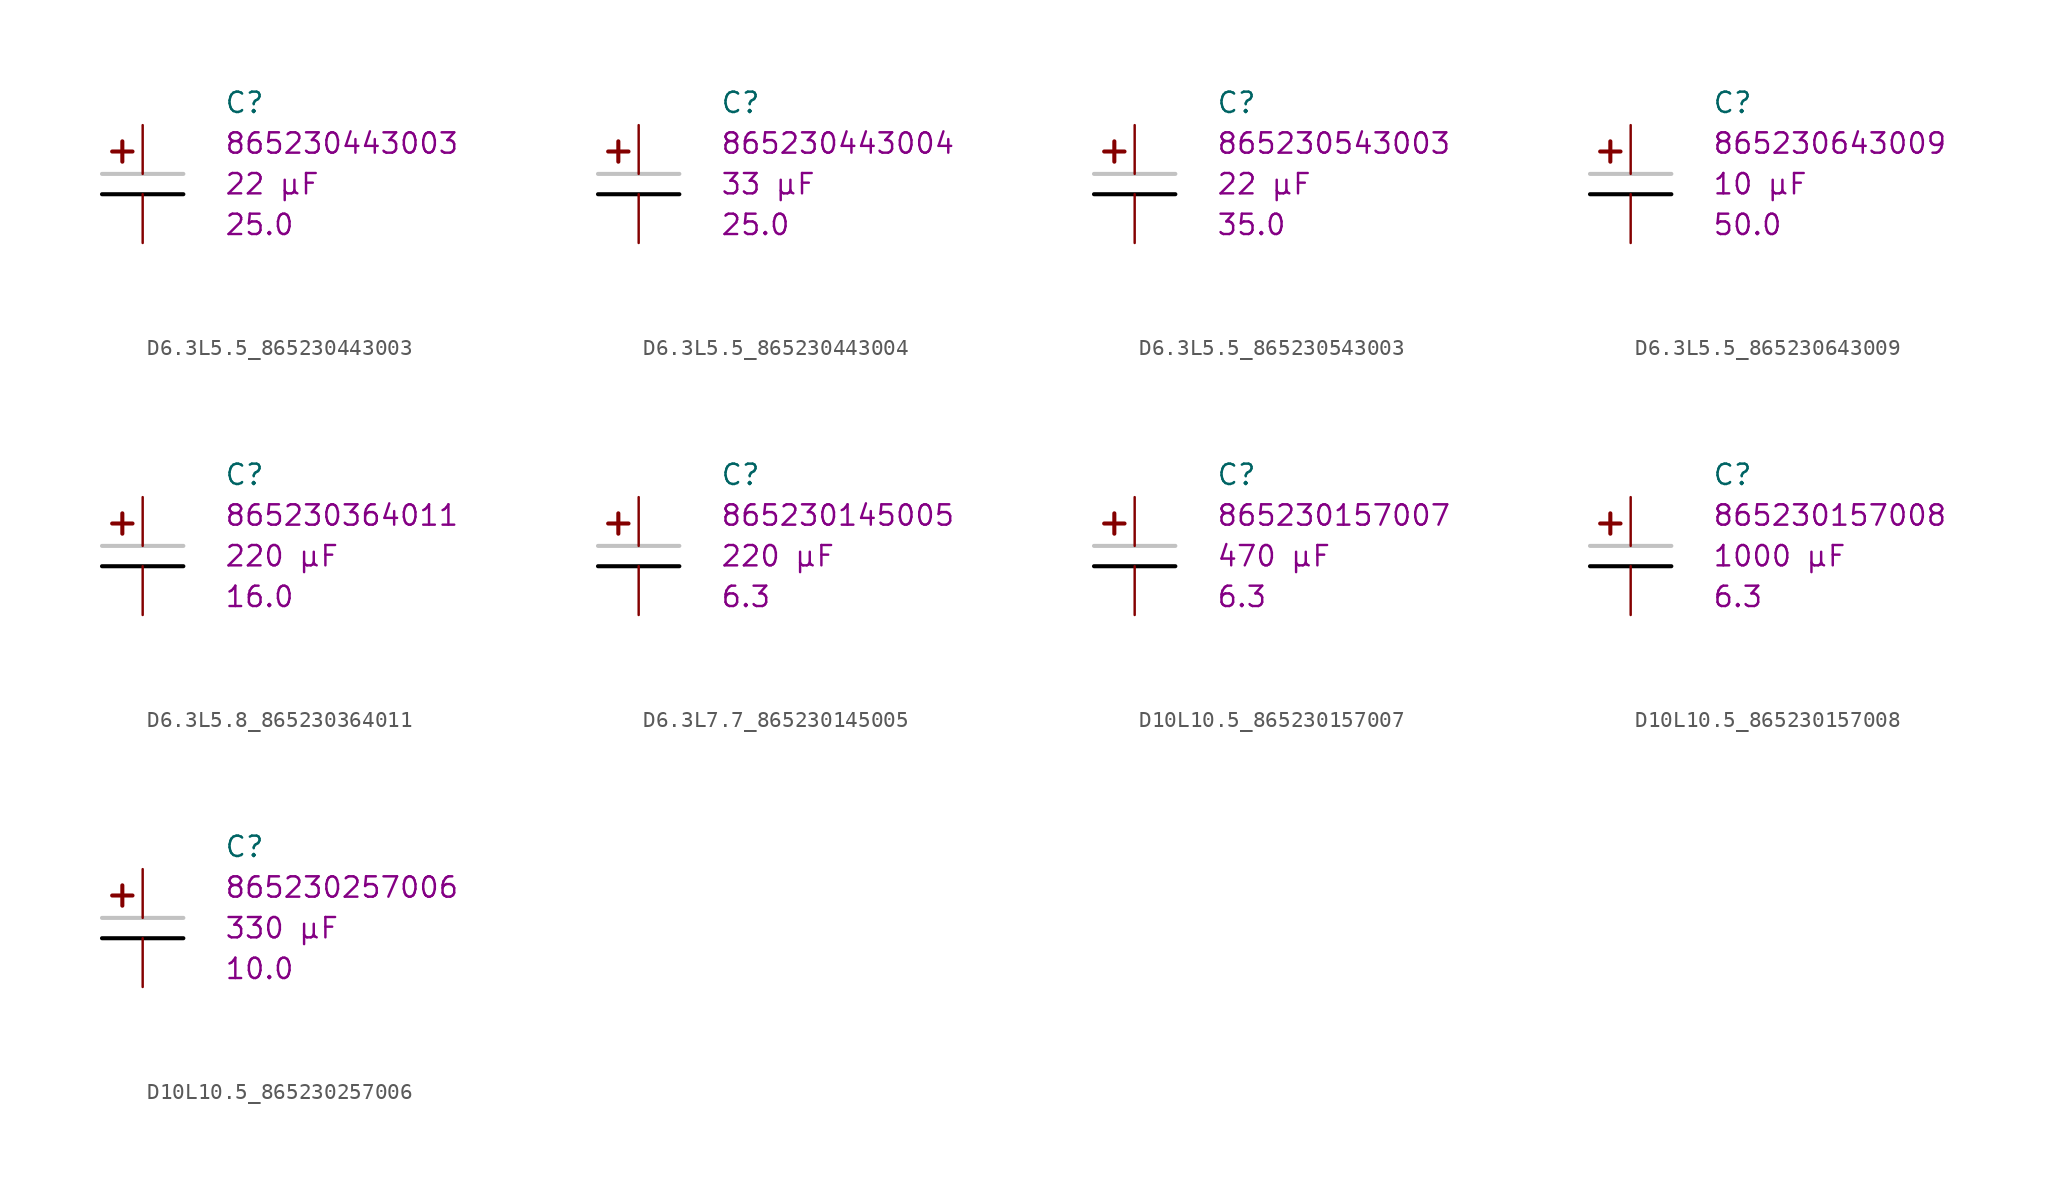
<source format=kicad_sym>
(kicad_symbol_lib
  (version 20220914)
  (generator kicad_symbol_editor)
  (symbol "D6.3L5.5_865230443003"
    (pin_numbers hide)
    (pin_names hide)
    (property "Reference" "C"
      (at 5.08 5.08 0)
      (effects (font (size 1.27 1.27)) (justify left)))
    (property "Part Number" "865230443003"
      (at 5.08 2.54 0)
      (effects (font (size 1.27 1.27)) (justify left)))
    (property "Capacitance" "22 µF"
      (at 5.08 0 0)
      (effects (font (size 1.27 1.27)) (justify left)))
    (property "Voltage" "25.0"
      (at 5.08 -2.54 0)
      (effects (font (size 1.27 1.27)) (justify left)))
    (property "Critical Parameter" ""
      (at 0 -7.62 0)
      (effects (font (size 1.27 1.27))))
    (symbol "D6.3L5.5_865230443003_1_1"
      (polyline (pts (xy -1.27 2.667) (xy -1.27 1.397)) (stroke (width 0.254) (type default)) (fill (type none)))
      (polyline (pts (xy -0.635 2.032) (xy -1.905 2.032)) (stroke (width 0.254) (type default)) (fill (type none)))
      (polyline (pts (xy 2.54 -0.635) (xy -2.54 -0.635)) (stroke (width 0.254) (type default) (color 0 0 0 1)) (fill (type none)))
      (polyline (pts (xy 2.54 0.635) (xy -2.54 0.635)) (stroke (width 0.254) (type default) (color 194 194 194 1)) (fill (type none)))
      (pin passive line (at 0 3.679 270) (length 3.044) (name "1" (effects (font (size 1.27 1.27)))) (number "1" (effects (font (size 1.27 1.27)))))
      (pin passive line (at 0 -3.679 90) (length 3.044) (name "2" (effects (font (size 1.27 1.27)))) (number "2" (effects (font (size 1.27 1.27)))))))
  (symbol "D6.3L5.5_865230443004"
    (pin_numbers hide)
    (pin_names hide)
    (property "Reference" "C"
      (at 5.08 5.08 0)
      (effects (font (size 1.27 1.27)) (justify left)))
    (property "Part Number" "865230443004"
      (at 5.08 2.54 0)
      (effects (font (size 1.27 1.27)) (justify left)))
    (property "Capacitance" "33 µF"
      (at 5.08 0 0)
      (effects (font (size 1.27 1.27)) (justify left)))
    (property "Voltage" "25.0"
      (at 5.08 -2.54 0)
      (effects (font (size 1.27 1.27)) (justify left)))
    (property "Critical Parameter" ""
      (at 0 -7.62 0)
      (effects (font (size 1.27 1.27))))
    (symbol "D6.3L5.5_865230443004_1_1"
      (polyline (pts (xy -1.27 2.667) (xy -1.27 1.397)) (stroke (width 0.254) (type default)) (fill (type none)))
      (polyline (pts (xy -0.635 2.032) (xy -1.905 2.032)) (stroke (width 0.254) (type default)) (fill (type none)))
      (polyline (pts (xy 2.54 -0.635) (xy -2.54 -0.635)) (stroke (width 0.254) (type default) (color 0 0 0 1)) (fill (type none)))
      (polyline (pts (xy 2.54 0.635) (xy -2.54 0.635)) (stroke (width 0.254) (type default) (color 194 194 194 1)) (fill (type none)))
      (pin passive line (at 0 3.679 270) (length 3.044) (name "1" (effects (font (size 1.27 1.27)))) (number "1" (effects (font (size 1.27 1.27)))))
      (pin passive line (at 0 -3.679 90) (length 3.044) (name "2" (effects (font (size 1.27 1.27)))) (number "2" (effects (font (size 1.27 1.27)))))))
  (symbol "D6.3L5.5_865230543003"
    (pin_numbers hide)
    (pin_names hide)
    (property "Reference" "C"
      (at 5.08 5.08 0)
      (effects (font (size 1.27 1.27)) (justify left)))
    (property "Part Number" "865230543003"
      (at 5.08 2.54 0)
      (effects (font (size 1.27 1.27)) (justify left)))
    (property "Capacitance" "22 µF"
      (at 5.08 0 0)
      (effects (font (size 1.27 1.27)) (justify left)))
    (property "Voltage" "35.0"
      (at 5.08 -2.54 0)
      (effects (font (size 1.27 1.27)) (justify left)))
    (property "Critical Parameter" ""
      (at 0 -7.62 0)
      (effects (font (size 1.27 1.27))))
    (symbol "D6.3L5.5_865230543003_1_1"
      (polyline (pts (xy -1.27 2.667) (xy -1.27 1.397)) (stroke (width 0.254) (type default)) (fill (type none)))
      (polyline (pts (xy -0.635 2.032) (xy -1.905 2.032)) (stroke (width 0.254) (type default)) (fill (type none)))
      (polyline (pts (xy 2.54 -0.635) (xy -2.54 -0.635)) (stroke (width 0.254) (type default) (color 0 0 0 1)) (fill (type none)))
      (polyline (pts (xy 2.54 0.635) (xy -2.54 0.635)) (stroke (width 0.254) (type default) (color 194 194 194 1)) (fill (type none)))
      (pin passive line (at 0 3.679 270) (length 3.044) (name "1" (effects (font (size 1.27 1.27)))) (number "1" (effects (font (size 1.27 1.27)))))
      (pin passive line (at 0 -3.679 90) (length 3.044) (name "2" (effects (font (size 1.27 1.27)))) (number "2" (effects (font (size 1.27 1.27)))))))
  (symbol "D6.3L5.5_865230643009"
    (pin_numbers hide)
    (pin_names hide)
    (property "Reference" "C"
      (at 5.08 5.08 0)
      (effects (font (size 1.27 1.27)) (justify left)))
    (property "Part Number" "865230643009"
      (at 5.08 2.54 0)
      (effects (font (size 1.27 1.27)) (justify left)))
    (property "Capacitance" "10 µF"
      (at 5.08 0 0)
      (effects (font (size 1.27 1.27)) (justify left)))
    (property "Voltage" "50.0"
      (at 5.08 -2.54 0)
      (effects (font (size 1.27 1.27)) (justify left)))
    (property "Critical Parameter" ""
      (at 0 -7.62 0)
      (effects (font (size 1.27 1.27))))
    (symbol "D6.3L5.5_865230643009_1_1"
      (polyline (pts (xy -1.27 2.667) (xy -1.27 1.397)) (stroke (width 0.254) (type default)) (fill (type none)))
      (polyline (pts (xy -0.635 2.032) (xy -1.905 2.032)) (stroke (width 0.254) (type default)) (fill (type none)))
      (polyline (pts (xy 2.54 -0.635) (xy -2.54 -0.635)) (stroke (width 0.254) (type default) (color 0 0 0 1)) (fill (type none)))
      (polyline (pts (xy 2.54 0.635) (xy -2.54 0.635)) (stroke (width 0.254) (type default) (color 194 194 194 1)) (fill (type none)))
      (pin passive line (at 0 3.679 270) (length 3.044) (name "1" (effects (font (size 1.27 1.27)))) (number "1" (effects (font (size 1.27 1.27)))))
      (pin passive line (at 0 -3.679 90) (length 3.044) (name "2" (effects (font (size 1.27 1.27)))) (number "2" (effects (font (size 1.27 1.27)))))))
  (symbol "D6.3L5.8_865230364011"
    (pin_numbers hide)
    (pin_names hide)
    (property "Reference" "C"
      (at 5.08 5.08 0)
      (effects (font (size 1.27 1.27)) (justify left)))
    (property "Part Number" "865230364011"
      (at 5.08 2.54 0)
      (effects (font (size 1.27 1.27)) (justify left)))
    (property "Capacitance" "220 µF"
      (at 5.08 0 0)
      (effects (font (size 1.27 1.27)) (justify left)))
    (property "Voltage" "16.0"
      (at 5.08 -2.54 0)
      (effects (font (size 1.27 1.27)) (justify left)))
    (property "Critical Parameter" ""
      (at 0 -7.62 0)
      (effects (font (size 1.27 1.27))))
    (symbol "D6.3L5.8_865230364011_1_1"
      (polyline (pts (xy -1.27 2.667) (xy -1.27 1.397)) (stroke (width 0.254) (type default)) (fill (type none)))
      (polyline (pts (xy -0.635 2.032) (xy -1.905 2.032)) (stroke (width 0.254) (type default)) (fill (type none)))
      (polyline (pts (xy 2.54 -0.635) (xy -2.54 -0.635)) (stroke (width 0.254) (type default) (color 0 0 0 1)) (fill (type none)))
      (polyline (pts (xy 2.54 0.635) (xy -2.54 0.635)) (stroke (width 0.254) (type default) (color 194 194 194 1)) (fill (type none)))
      (pin passive line (at 0 3.679 270) (length 3.044) (name "1" (effects (font (size 1.27 1.27)))) (number "1" (effects (font (size 1.27 1.27)))))
      (pin passive line (at 0 -3.679 90) (length 3.044) (name "2" (effects (font (size 1.27 1.27)))) (number "2" (effects (font (size 1.27 1.27)))))))
  (symbol "D6.3L7.7_865230145005"
    (pin_numbers hide)
    (pin_names hide)
    (property "Reference" "C"
      (at 5.08 5.08 0)
      (effects (font (size 1.27 1.27)) (justify left)))
    (property "Part Number" "865230145005"
      (at 5.08 2.54 0)
      (effects (font (size 1.27 1.27)) (justify left)))
    (property "Capacitance" "220 µF"
      (at 5.08 0 0)
      (effects (font (size 1.27 1.27)) (justify left)))
    (property "Voltage" "6.3"
      (at 5.08 -2.54 0)
      (effects (font (size 1.27 1.27)) (justify left)))
    (property "Critical Parameter" ""
      (at 0 -7.62 0)
      (effects (font (size 1.27 1.27))))
    (symbol "D6.3L7.7_865230145005_1_1"
      (polyline (pts (xy -1.27 2.667) (xy -1.27 1.397)) (stroke (width 0.254) (type default)) (fill (type none)))
      (polyline (pts (xy -0.635 2.032) (xy -1.905 2.032)) (stroke (width 0.254) (type default)) (fill (type none)))
      (polyline (pts (xy 2.54 -0.635) (xy -2.54 -0.635)) (stroke (width 0.254) (type default) (color 0 0 0 1)) (fill (type none)))
      (polyline (pts (xy 2.54 0.635) (xy -2.54 0.635)) (stroke (width 0.254) (type default) (color 194 194 194 1)) (fill (type none)))
      (pin passive line (at 0 3.679 270) (length 3.044) (name "1" (effects (font (size 1.27 1.27)))) (number "1" (effects (font (size 1.27 1.27)))))
      (pin passive line (at 0 -3.679 90) (length 3.044) (name "2" (effects (font (size 1.27 1.27)))) (number "2" (effects (font (size 1.27 1.27)))))))
  (symbol "D10L10.5_865230157007"
    (pin_numbers hide)
    (pin_names hide)
    (property "Reference" "C"
      (at 5.08 5.08 0)
      (effects (font (size 1.27 1.27)) (justify left)))
    (property "Part Number" "865230157007"
      (at 5.08 2.54 0)
      (effects (font (size 1.27 1.27)) (justify left)))
    (property "Capacitance" "470 µF"
      (at 5.08 0 0)
      (effects (font (size 1.27 1.27)) (justify left)))
    (property "Voltage" "6.3"
      (at 5.08 -2.54 0)
      (effects (font (size 1.27 1.27)) (justify left)))
    (property "Critical Parameter" ""
      (at 0 -7.62 0)
      (effects (font (size 1.27 1.27))))
    (symbol "D10L10.5_865230157007_1_1"
      (polyline (pts (xy -1.27 2.667) (xy -1.27 1.397)) (stroke (width 0.254) (type default)) (fill (type none)))
      (polyline (pts (xy -0.635 2.032) (xy -1.905 2.032)) (stroke (width 0.254) (type default)) (fill (type none)))
      (polyline (pts (xy 2.54 -0.635) (xy -2.54 -0.635)) (stroke (width 0.254) (type default) (color 0 0 0 1)) (fill (type none)))
      (polyline (pts (xy 2.54 0.635) (xy -2.54 0.635)) (stroke (width 0.254) (type default) (color 194 194 194 1)) (fill (type none)))
      (pin passive line (at 0 3.679 270) (length 3.044) (name "1" (effects (font (size 1.27 1.27)))) (number "1" (effects (font (size 1.27 1.27)))))
      (pin passive line (at 0 -3.679 90) (length 3.044) (name "2" (effects (font (size 1.27 1.27)))) (number "2" (effects (font (size 1.27 1.27)))))))
  (symbol "D10L10.5_865230157008"
    (pin_numbers hide)
    (pin_names hide)
    (property "Reference" "C"
      (at 5.08 5.08 0)
      (effects (font (size 1.27 1.27)) (justify left)))
    (property "Part Number" "865230157008"
      (at 5.08 2.54 0)
      (effects (font (size 1.27 1.27)) (justify left)))
    (property "Capacitance" "1000 µF"
      (at 5.08 0 0)
      (effects (font (size 1.27 1.27)) (justify left)))
    (property "Voltage" "6.3"
      (at 5.08 -2.54 0)
      (effects (font (size 1.27 1.27)) (justify left)))
    (property "Critical Parameter" ""
      (at 0 -7.62 0)
      (effects (font (size 1.27 1.27))))
    (symbol "D10L10.5_865230157008_1_1"
      (polyline (pts (xy -1.27 2.667) (xy -1.27 1.397)) (stroke (width 0.254) (type default)) (fill (type none)))
      (polyline (pts (xy -0.635 2.032) (xy -1.905 2.032)) (stroke (width 0.254) (type default)) (fill (type none)))
      (polyline (pts (xy 2.54 -0.635) (xy -2.54 -0.635)) (stroke (width 0.254) (type default) (color 0 0 0 1)) (fill (type none)))
      (polyline (pts (xy 2.54 0.635) (xy -2.54 0.635)) (stroke (width 0.254) (type default) (color 194 194 194 1)) (fill (type none)))
      (pin passive line (at 0 3.679 270) (length 3.044) (name "1" (effects (font (size 1.27 1.27)))) (number "1" (effects (font (size 1.27 1.27)))))
      (pin passive line (at 0 -3.679 90) (length 3.044) (name "2" (effects (font (size 1.27 1.27)))) (number "2" (effects (font (size 1.27 1.27)))))))
  (symbol "D10L10.5_865230257006"
    (pin_numbers hide)
    (pin_names hide)
    (property "Reference" "C"
      (at 5.08 5.08 0)
      (effects (font (size 1.27 1.27)) (justify left)))
    (property "Part Number" "865230257006"
      (at 5.08 2.54 0)
      (effects (font (size 1.27 1.27)) (justify left)))
    (property "Capacitance" "330 µF"
      (at 5.08 0 0)
      (effects (font (size 1.27 1.27)) (justify left)))
    (property "Voltage" "10.0"
      (at 5.08 -2.54 0)
      (effects (font (size 1.27 1.27)) (justify left)))
    (property "Critical Parameter" ""
      (at 0 -7.62 0)
      (effects (font (size 1.27 1.27))))
    (symbol "D10L10.5_865230257006_1_1"
      (polyline (pts (xy -1.27 2.667) (xy -1.27 1.397)) (stroke (width 0.254) (type default)) (fill (type none)))
      (polyline (pts (xy -0.635 2.032) (xy -1.905 2.032)) (stroke (width 0.254) (type default)) (fill (type none)))
      (polyline (pts (xy 2.54 -0.635) (xy -2.54 -0.635)) (stroke (width 0.254) (type default) (color 0 0 0 1)) (fill (type none)))
      (polyline (pts (xy 2.54 0.635) (xy -2.54 0.635)) (stroke (width 0.254) (type default) (color 194 194 194 1)) (fill (type none)))
      (pin passive line (at 0 3.679 270) (length 3.044) (name "1" (effects (font (size 1.27 1.27)))) (number "1" (effects (font (size 1.27 1.27)))))
      (pin passive line (at 0 -3.679 90) (length 3.044) (name "2" (effects (font (size 1.27 1.27)))) (number "2" (effects (font (size 1.27 1.27))))))))
</source>
